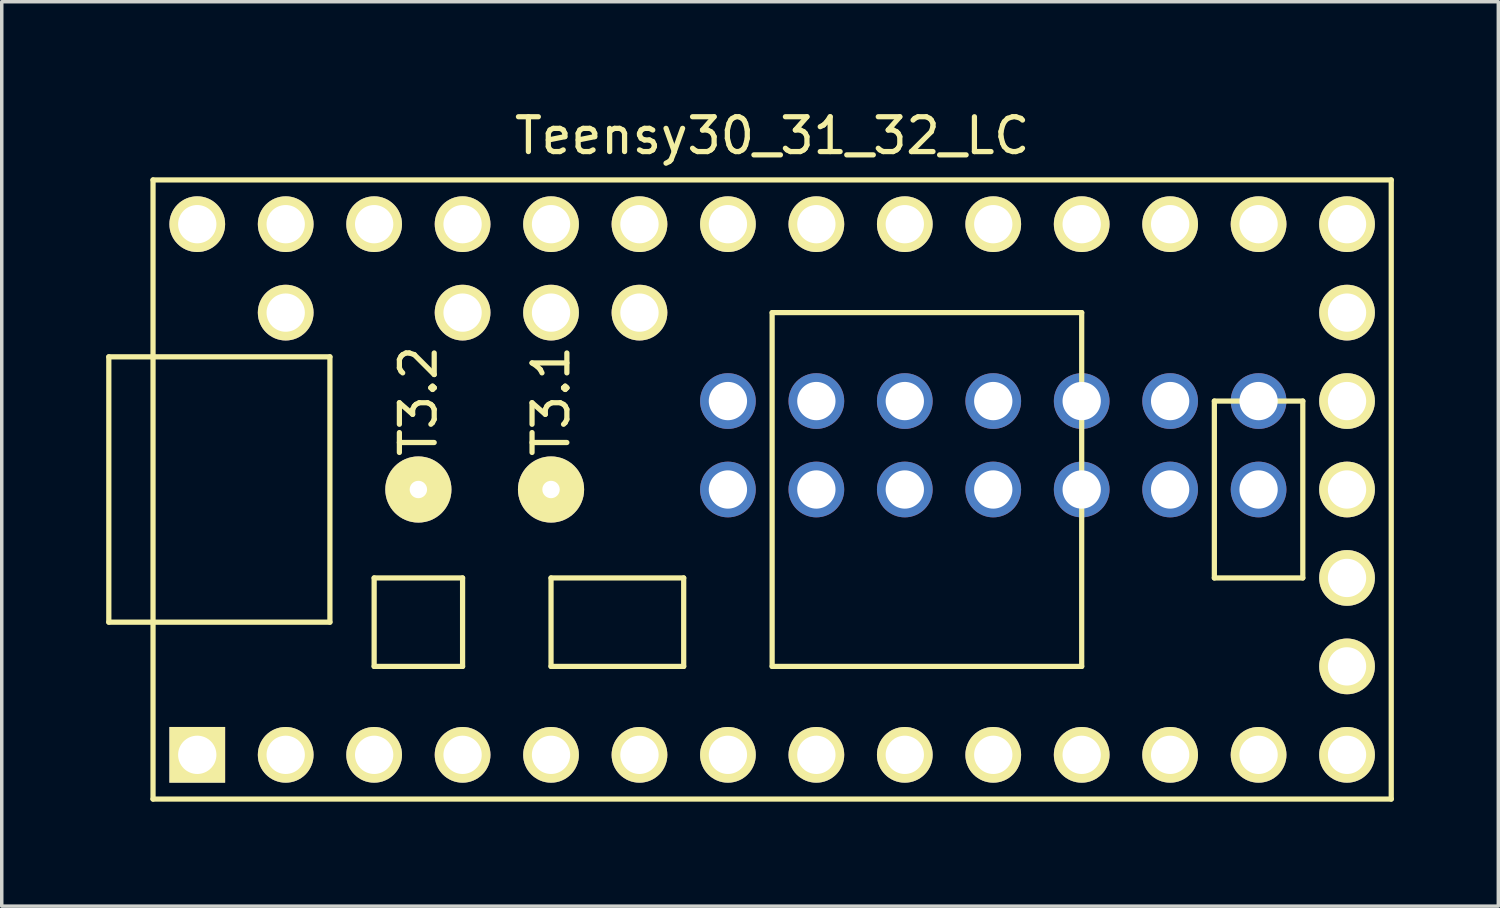
<source format=kicad_pcb>
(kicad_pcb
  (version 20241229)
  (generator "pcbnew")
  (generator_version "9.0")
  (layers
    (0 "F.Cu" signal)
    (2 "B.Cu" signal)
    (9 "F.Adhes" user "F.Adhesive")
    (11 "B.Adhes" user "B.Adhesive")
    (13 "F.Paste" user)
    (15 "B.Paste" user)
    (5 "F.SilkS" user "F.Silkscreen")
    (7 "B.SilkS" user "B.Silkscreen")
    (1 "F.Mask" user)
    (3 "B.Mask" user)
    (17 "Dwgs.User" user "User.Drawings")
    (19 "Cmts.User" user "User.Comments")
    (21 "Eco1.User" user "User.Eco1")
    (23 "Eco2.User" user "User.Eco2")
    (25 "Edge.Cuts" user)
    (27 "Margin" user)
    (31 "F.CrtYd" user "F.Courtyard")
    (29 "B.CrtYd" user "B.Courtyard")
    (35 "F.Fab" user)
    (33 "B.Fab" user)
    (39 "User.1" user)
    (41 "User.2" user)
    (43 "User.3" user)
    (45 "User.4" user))
  (footprint "Teensy30_31_32_LC"
    (layer "F.Cu")
    (at 19.125 11.008)
    (property "Reference" "Teensy30_31_32_LC" (at 0 -10.16 0) (layer "F.SilkS") (effects (font (size 1 1) (thickness 0.15))))
    (attr through_hole)
    (fp_line (start -19.05 -3.81) (end -17.78 -3.81) (stroke (width 0.15) (type solid)) (layer "F.SilkS"))
    (fp_line (start -19.05 3.81) (end -19.05 -3.81) (stroke (width 0.15) (type solid)) (layer "F.SilkS"))
    (fp_line (start -17.78 -8.89) (end 17.78 -8.89) (stroke (width 0.15) (type solid)) (layer "F.SilkS"))
    (fp_line (start -17.78 3.81) (end -19.05 3.81) (stroke (width 0.15) (type solid)) (layer "F.SilkS"))
    (fp_line (start -17.78 8.89) (end -17.78 -8.89) (stroke (width 0.15) (type solid)) (layer "F.SilkS"))
    (fp_line (start -12.7 -3.81) (end -17.78 -3.81) (stroke (width 0.15) (type solid)) (layer "F.SilkS"))
    (fp_line (start -12.7 3.81) (end -17.78 3.81) (stroke (width 0.15) (type solid)) (layer "F.SilkS"))
    (fp_line (start -12.7 3.81) (end -12.7 -3.81) (stroke (width 0.15) (type solid)) (layer "F.SilkS"))
    (fp_line (start -11.43 2.54) (end -11.43 5.08) (stroke (width 0.15) (type solid)) (layer "F.SilkS"))
    (fp_line (start -11.43 5.08) (end -8.89 5.08) (stroke (width 0.15) (type solid)) (layer "F.SilkS"))
    (fp_line (start -8.89 2.54) (end -11.43 2.54) (stroke (width 0.15) (type solid)) (layer "F.SilkS"))
    (fp_line (start -8.89 5.08) (end -8.89 2.54) (stroke (width 0.15) (type solid)) (layer "F.SilkS"))
    (fp_line (start -6.35 2.54) (end -6.35 5.08) (stroke (width 0.15) (type solid)) (layer "F.SilkS"))
    (fp_line (start -6.35 5.08) (end -2.54 5.08) (stroke (width 0.15) (type solid)) (layer "F.SilkS"))
    (fp_line (start -2.54 2.54) (end -6.35 2.54) (stroke (width 0.15) (type solid)) (layer "F.SilkS"))
    (fp_line (start -2.54 5.08) (end -2.54 2.54) (stroke (width 0.15) (type solid)) (layer "F.SilkS"))
    (fp_line (start 0 -5.08) (end 0 5.08) (stroke (width 0.15) (type solid)) (layer "F.SilkS"))
    (fp_line (start 8.89 -5.08) (end 0 -5.08) (stroke (width 0.15) (type solid)) (layer "F.SilkS"))
    (fp_line (start 8.89 5.08) (end 0 5.08) (stroke (width 0.15) (type solid)) (layer "F.SilkS"))
    (fp_line (start 8.89 5.08) (end 8.89 -5.08) (stroke (width 0.15) (type solid)) (layer "F.SilkS"))
    (fp_line (start 12.7 -2.54) (end 15.24 -2.54) (stroke (width 0.15) (type solid)) (layer "F.SilkS"))
    (fp_line (start 12.7 2.54) (end 12.7 -2.54) (stroke (width 0.15) (type solid)) (layer "F.SilkS"))
    (fp_line (start 15.24 -2.54) (end 15.24 2.54) (stroke (width 0.15) (type solid)) (layer "F.SilkS"))
    (fp_line (start 15.24 2.54) (end 12.7 2.54) (stroke (width 0.15) (type solid)) (layer "F.SilkS"))
    (fp_line (start 17.78 -8.89) (end 17.78 8.89) (stroke (width 0.15) (type solid)) (layer "F.SilkS"))
    (fp_line (start 17.78 8.89) (end -17.78 8.89) (stroke (width 0.15) (type solid)) (layer "F.SilkS"))
    (fp_text user "T3.2" (at -10.16 -2.54 90) (layer "F.SilkS") (effects (font (size 1 1) (thickness 0.15))))
    (fp_text user "T3.1" (at -6.35 -2.54 90) (layer "F.SilkS") (effects (font (size 1 1) (thickness 0.15))))
    (pad "1" thru_hole rect (at -16.51 7.62) (size 1.6 1.6) (drill 1.1) (layers "*.Cu" "*.Mask" "F.SilkS"))
    (pad "2" thru_hole circle (at -13.97 7.62) (size 1.6 1.6) (drill 1.1) (layers "*.Cu" "*.Mask" "F.SilkS"))
    (pad "3" thru_hole circle (at -11.43 7.62) (size 1.6 1.6) (drill 1.1) (layers "*.Cu" "*.Mask" "F.SilkS"))
    (pad "4" thru_hole circle (at -8.89 7.62) (size 1.6 1.6) (drill 1.1) (layers "*.Cu" "*.Mask" "F.SilkS"))
    (pad "5" thru_hole circle (at -6.35 7.62) (size 1.6 1.6) (drill 1.1) (layers "*.Cu" "*.Mask" "F.SilkS"))
    (pad "6" thru_hole circle (at -3.81 7.62) (size 1.6 1.6) (drill 1.1) (layers "*.Cu" "*.Mask" "F.SilkS"))
    (pad "7" thru_hole circle (at -1.27 7.62) (size 1.6 1.6) (drill 1.1) (layers "*.Cu" "*.Mask" "F.SilkS"))
    (pad "8" thru_hole circle (at 1.27 7.62) (size 1.6 1.6) (drill 1.1) (layers "*.Cu" "*.Mask" "F.SilkS"))
    (pad "9" thru_hole circle (at 3.81 7.62) (size 1.6 1.6) (drill 1.1) (layers "*.Cu" "*.Mask" "F.SilkS"))
    (pad "10" thru_hole circle (at 6.35 7.62) (size 1.6 1.6) (drill 1.1) (layers "*.Cu" "*.Mask" "F.SilkS"))
    (pad "11" thru_hole circle (at 8.89 7.62) (size 1.6 1.6) (drill 1.1) (layers "*.Cu" "*.Mask" "F.SilkS"))
    (pad "12" thru_hole circle (at 11.43 7.62) (size 1.6 1.6) (drill 1.1) (layers "*.Cu" "*.Mask" "F.SilkS"))
    (pad "13" thru_hole circle (at 13.97 7.62) (size 1.6 1.6) (drill 1.1) (layers "*.Cu" "*.Mask" "F.SilkS"))
    (pad "14" thru_hole circle (at 16.51 7.62) (size 1.6 1.6) (drill 1.1) (layers "*.Cu" "*.Mask" "F.SilkS"))
    (pad "15" thru_hole circle (at 16.51 5.08) (size 1.6 1.6) (drill 1.1) (layers "*.Cu" "*.Mask" "F.SilkS"))
    (pad "16" thru_hole circle (at 16.51 2.54) (size 1.6 1.6) (drill 1.1) (layers "*.Cu" "*.Mask" "F.SilkS"))
    (pad "17" thru_hole circle (at 16.51 0) (size 1.6 1.6) (drill 1.1) (layers "*.Cu" "*.Mask" "F.SilkS"))
    (pad "18" thru_hole circle (at 16.51 -2.54) (size 1.6 1.6) (drill 1.1) (layers "*.Cu" "*.Mask" "F.SilkS"))
    (pad "19" thru_hole circle (at 16.51 -5.08) (size 1.6 1.6) (drill 1.1) (layers "*.Cu" "*.Mask" "F.SilkS"))
    (pad "20" thru_hole circle (at 16.51 -7.62) (size 1.6 1.6) (drill 1.1) (layers "*.Cu" "*.Mask" "F.SilkS"))
    (pad "21" thru_hole circle (at 13.97 -7.62) (size 1.6 1.6) (drill 1.1) (layers "*.Cu" "*.Mask" "F.SilkS"))
    (pad "22" thru_hole circle (at 11.43 -7.62) (size 1.6 1.6) (drill 1.1) (layers "*.Cu" "*.Mask" "F.SilkS"))
    (pad "23" thru_hole circle (at 8.89 -7.62) (size 1.6 1.6) (drill 1.1) (layers "*.Cu" "*.Mask" "F.SilkS"))
    (pad "24" thru_hole circle (at 6.35 -7.62) (size 1.6 1.6) (drill 1.1) (layers "*.Cu" "*.Mask" "F.SilkS"))
    (pad "25" thru_hole circle (at 3.81 -7.62) (size 1.6 1.6) (drill 1.1) (layers "*.Cu" "*.Mask" "F.SilkS"))
    (pad "26" thru_hole circle (at 1.27 -7.62) (size 1.6 1.6) (drill 1.1) (layers "*.Cu" "*.Mask" "F.SilkS"))
    (pad "27" thru_hole circle (at -1.27 -7.62) (size 1.6 1.6) (drill 1.1) (layers "*.Cu" "*.Mask" "F.SilkS"))
    (pad "28" thru_hole circle (at -3.81 -7.62) (size 1.6 1.6) (drill 1.1) (layers "*.Cu" "*.Mask" "F.SilkS"))
    (pad "29" thru_hole circle (at -6.35 -7.62) (size 1.6 1.6) (drill 1.1) (layers "*.Cu" "*.Mask" "F.SilkS"))
    (pad "30" thru_hole circle (at -8.89 -7.62) (size 1.6 1.6) (drill 1.1) (layers "*.Cu" "*.Mask" "F.SilkS"))
    (pad "31" thru_hole circle (at -11.43 -7.62) (size 1.6 1.6) (drill 1.1) (layers "*.Cu" "*.Mask" "F.SilkS"))
    (pad "32" thru_hole circle (at -13.97 -7.62) (size 1.6 1.6) (drill 1.1) (layers "*.Cu" "*.Mask" "F.SilkS"))
    (pad "33" thru_hole circle (at -16.51 -7.62) (size 1.6 1.6) (drill 1.1) (layers "*.Cu" "*.Mask" "F.SilkS"))
    (pad "34" thru_hole circle (at -13.97 -5.08) (size 1.6 1.6) (drill 1.1) (layers "*.Cu" "*.Mask" "F.SilkS"))
    (pad "35" thru_hole circle (at -8.89 -5.08) (size 1.6 1.6) (drill 1.1) (layers "*.Cu" "*.Mask" "F.SilkS"))
    (pad "36" thru_hole circle (at -6.35 -5.08) (size 1.6 1.6) (drill 1.1) (layers "*.Cu" "*.Mask" "F.SilkS"))
    (pad "37" thru_hole circle (at -3.81 -5.08) (size 1.6 1.6) (drill 1.1) (layers "*.Cu" "*.Mask" "F.SilkS"))
    (pad "38" thru_hole circle (at -1.27 0) (size 1.6 1.6) (drill 1.1) (layers "*.Cu" "*.Mask"))
    (pad "39" thru_hole circle (at 1.27 0) (size 1.6 1.6) (drill 1.1) (layers "*.Cu" "*.Mask"))
    (pad "40" thru_hole circle (at 3.81 0) (size 1.6 1.6) (drill 1.1) (layers "*.Cu" "*.Mask"))
    (pad "41" thru_hole circle (at 6.35 0) (size 1.6 1.6) (drill 1.1) (layers "*.Cu" "*.Mask"))
    (pad "42" thru_hole circle (at 8.89 0) (size 1.6 1.6) (drill 1.1) (layers "*.Cu" "*.Mask"))
    (pad "43" thru_hole circle (at 11.43 0) (size 1.6 1.6) (drill 1.1) (layers "*.Cu" "*.Mask"))
    (pad "44" thru_hole circle (at 13.97 0) (size 1.6 1.6) (drill 1.1) (layers "*.Cu" "*.Mask"))
    (pad "45" thru_hole circle (at 13.97 -2.54) (size 1.6 1.6) (drill 1.1) (layers "*.Cu" "*.Mask"))
    (pad "46" thru_hole circle (at 11.43 -2.54) (size 1.6 1.6) (drill 1.1) (layers "*.Cu" "*.Mask"))
    (pad "47" thru_hole circle (at 8.89 -2.54) (size 1.6 1.6) (drill 1.1) (layers "*.Cu" "*.Mask"))
    (pad "48" thru_hole circle (at 6.35 -2.54) (size 1.6 1.6) (drill 1.1) (layers "*.Cu" "*.Mask"))
    (pad "49" thru_hole circle (at 3.81 -2.54) (size 1.6 1.6) (drill 1.1) (layers "*.Cu" "*.Mask"))
    (pad "50" thru_hole circle (at 1.27 -2.54) (size 1.6 1.6) (drill 1.1) (layers "*.Cu" "*.Mask"))
    (pad "51" thru_hole circle (at -1.27 -2.54) (size 1.6 1.6) (drill 1.1) (layers "*.Cu" "*.Mask"))
    (pad "52" thru_hole circle (at -10.16 0) (size 1.9 1.9) (drill 0.5) (layers "*.Cu" "*.Mask" "F.SilkS"))
    (pad "52" thru_hole circle (at -6.35 0) (size 1.9 1.9) (drill 0.5) (layers "*.Cu" "*.Mask" "F.SilkS")))
  (gr_rect
    (start -3 -3)
    (end 39.98 22.973)
    (stroke (width 0.1) (type default))
    (fill no)
    (layer "Edge.Cuts")))
</source>
